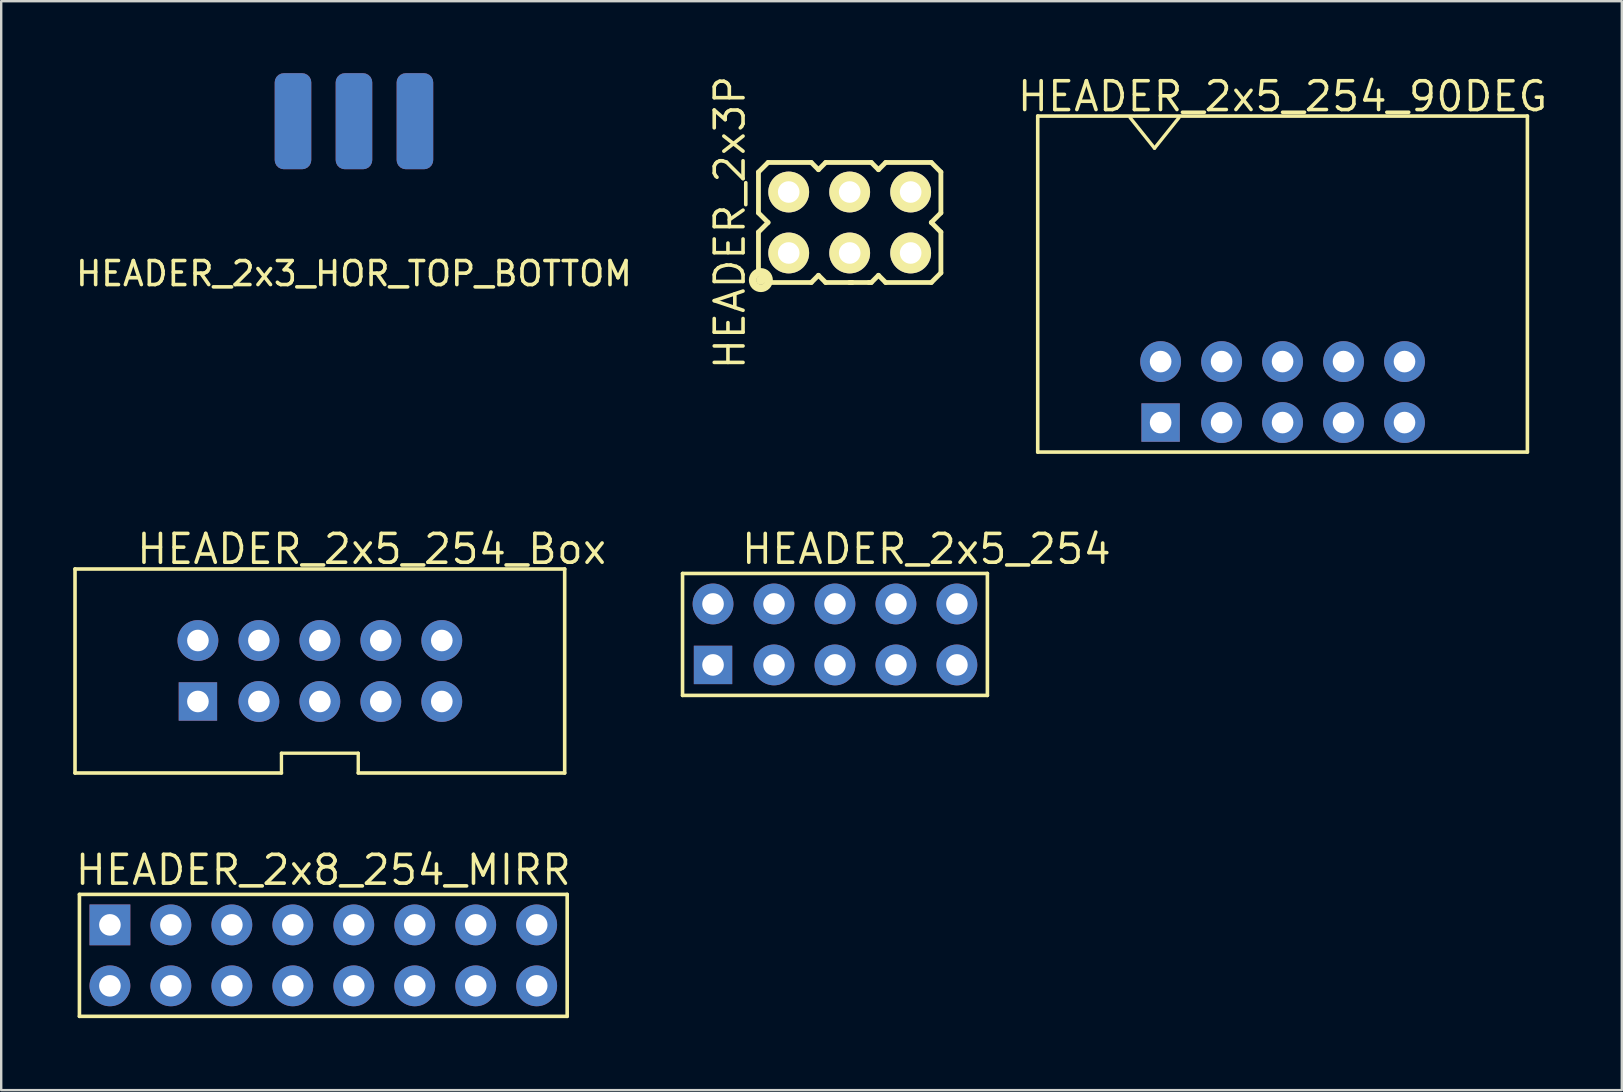
<source format=kicad_pcb>
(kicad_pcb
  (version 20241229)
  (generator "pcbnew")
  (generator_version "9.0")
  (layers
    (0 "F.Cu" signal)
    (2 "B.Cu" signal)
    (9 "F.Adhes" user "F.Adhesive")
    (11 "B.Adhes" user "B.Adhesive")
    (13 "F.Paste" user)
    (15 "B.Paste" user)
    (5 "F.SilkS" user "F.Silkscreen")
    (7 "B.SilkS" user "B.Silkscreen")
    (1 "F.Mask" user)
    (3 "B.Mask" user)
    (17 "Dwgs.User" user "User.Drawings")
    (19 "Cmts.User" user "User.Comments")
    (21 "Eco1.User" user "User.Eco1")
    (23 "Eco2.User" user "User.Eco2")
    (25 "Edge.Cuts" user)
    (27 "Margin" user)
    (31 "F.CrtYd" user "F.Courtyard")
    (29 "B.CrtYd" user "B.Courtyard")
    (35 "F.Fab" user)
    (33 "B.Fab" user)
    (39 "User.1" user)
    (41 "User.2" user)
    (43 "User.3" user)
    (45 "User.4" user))
  (footprint "HEADER_2x8_254_MIRR"
    (layer "F.Cu")
    (at 10.419 36.751)
    (property "Reference" "HEADER_2x8_254_MIRR" (at 0 -3.556 180) (layer "F.SilkS") (effects (font (size 1.2 1.2) (thickness 0.15))))
    (attr through_hole)
    (fp_line (start -10.16 -2.54) (end 10.16 -2.54) (stroke (width 0.15) (type solid)) (layer "F.SilkS"))
    (fp_line (start -10.16 2.54) (end -10.16 -2.54) (stroke (width 0.15) (type solid)) (layer "F.SilkS"))
    (fp_line (start -10.16 2.54) (end 10.16 2.54) (stroke (width 0.15) (type solid)) (layer "F.SilkS"))
    (fp_line (start 10.16 2.54) (end 10.16 -2.54) (stroke (width 0.15) (type solid)) (layer "F.SilkS"))
    (pad "1" thru_hole rect (at -8.89 -1.27) (size 1.7 1.7) (drill 0.9) (layers "*.Cu" "*.Mask"))
    (pad "2" thru_hole circle (at -8.89 1.27) (size 1.7 1.7) (drill 0.9) (layers "*.Cu" "*.Mask"))
    (pad "3" thru_hole circle (at -6.35 -1.27) (size 1.7 1.7) (drill 0.9) (layers "*.Cu" "*.Mask"))
    (pad "4" thru_hole circle (at -6.35 1.27) (size 1.7 1.7) (drill 0.9) (layers "*.Cu" "*.Mask"))
    (pad "5" thru_hole circle (at -3.81 -1.27) (size 1.7 1.7) (drill 0.9) (layers "*.Cu" "*.Mask"))
    (pad "6" thru_hole circle (at -3.81 1.27) (size 1.7 1.7) (drill 0.9) (layers "*.Cu" "*.Mask"))
    (pad "7" thru_hole circle (at -1.27 -1.27) (size 1.7 1.7) (drill 0.9) (layers "*.Cu" "*.Mask"))
    (pad "8" thru_hole circle (at -1.27 1.27) (size 1.7 1.7) (drill 0.9) (layers "*.Cu" "*.Mask"))
    (pad "9" thru_hole circle (at 1.27 -1.27) (size 1.7 1.7) (drill 0.9) (layers "*.Cu" "*.Mask"))
    (pad "10" thru_hole circle (at 1.27 1.27) (size 1.7 1.7) (drill 0.9) (layers "*.Cu" "*.Mask"))
    (pad "11" thru_hole circle (at 3.81 -1.27) (size 1.7 1.7) (drill 0.9) (layers "*.Cu" "*.Mask"))
    (pad "12" thru_hole circle (at 3.81 1.27) (size 1.7 1.7) (drill 0.9) (layers "*.Cu" "*.Mask"))
    (pad "13" thru_hole circle (at 6.35 -1.27) (size 1.7 1.7) (drill 0.9) (layers "*.Cu" "*.Mask"))
    (pad "14" thru_hole circle (at 6.35 1.27) (size 1.7 1.7) (drill 0.9) (layers "*.Cu" "*.Mask"))
    (pad "15" thru_hole circle (at 8.89 -1.27) (size 1.7 1.7) (drill 0.9) (layers "*.Cu" "*.Mask"))
    (pad "16" thru_hole circle (at 8.89 1.27) (size 1.7 1.7) (drill 0.9) (layers "*.Cu" "*.Mask")))
  (footprint "HEADER_2x5_254_90DEG"
    (layer "F.Cu")
    (at 50.382 13.284)
    (property "Reference" "HEADER_2x5_254_90DEG" (at 0 -12.319 180) (layer "F.SilkS") (effects (font (size 1.2 1.2) (thickness 0.15))))
    (attr through_hole)
    (fp_line (start -10.2 -11.5) (end -10.2 2.5) (stroke (width 0.15) (type solid)) (layer "F.SilkS"))
    (fp_line (start -10.2 -11.5) (end 10.2 -11.5) (stroke (width 0.15) (type solid)) (layer "F.SilkS"))
    (fp_line (start -10.2 2.5) (end 10.2 2.5) (stroke (width 0.15) (type solid)) (layer "F.SilkS"))
    (fp_line (start -6.35 -11.43) (end -5.334 -10.16) (stroke (width 0.14) (type solid)) (layer "F.SilkS"))
    (fp_line (start -5.334 -10.16) (end -4.318 -11.43) (stroke (width 0.14) (type solid)) (layer "F.SilkS"))
    (fp_line (start 10.2 -11.5) (end 10.2 2.5) (stroke (width 0.15) (type solid)) (layer "F.SilkS"))
    (pad "1" thru_hole rect (at -5.08 1.27) (size 1.6 1.6) (drill 0.9) (layers "*.Cu" "*.Mask"))
    (pad "2" thru_hole circle (at -5.08 -1.27) (size 1.7 1.7) (drill 0.9) (layers "*.Cu" "*.Mask"))
    (pad "3" thru_hole circle (at -2.54 1.27) (size 1.7 1.7) (drill 0.9) (layers "*.Cu" "*.Mask"))
    (pad "4" thru_hole circle (at -2.54 -1.27) (size 1.7 1.7) (drill 0.9) (layers "*.Cu" "*.Mask"))
    (pad "5" thru_hole circle (at 0 1.27) (size 1.7 1.7) (drill 0.9) (layers "*.Cu" "*.Mask"))
    (pad "6" thru_hole circle (at 0 -1.27) (size 1.7 1.7) (drill 0.9) (layers "*.Cu" "*.Mask"))
    (pad "7" thru_hole circle (at 2.54 1.27) (size 1.7 1.7) (drill 0.9) (layers "*.Cu" "*.Mask"))
    (pad "8" thru_hole circle (at 2.54 -1.27) (size 1.7 1.7) (drill 0.9) (layers "*.Cu" "*.Mask"))
    (pad "9" thru_hole circle (at 5.08 1.27) (size 1.7 1.7) (drill 0.9) (layers "*.Cu" "*.Mask"))
    (pad "10" thru_hole circle (at 5.08 -1.27) (size 1.7 1.7) (drill 0.9) (layers "*.Cu" "*.Mask")))
  (footprint "HEADER_2x5_254_Box"
    (layer "F.Cu")
    (at 10.275 24.904)
    (property "Reference" "HEADER_2x5_254_Box" (at 2.159 -5.08 180) (layer "F.SilkS") (effects (font (size 1.2 1.2) (thickness 0.15))))
    (attr through_hole)
    (fp_line (start -10.2 -4.25) (end 10.2 -4.25) (stroke (width 0.15) (type solid)) (layer "F.SilkS"))
    (fp_line (start -10.2 4.25) (end -10.2 -4.25) (stroke (width 0.15) (type solid)) (layer "F.SilkS"))
    (fp_line (start -10.2 4.25) (end -1.6 4.25) (stroke (width 0.15) (type solid)) (layer "F.SilkS"))
    (fp_line (start -1.6 3.425) (end 1.6 3.425) (stroke (width 0.14) (type solid)) (layer "F.SilkS"))
    (fp_line (start -1.6 4.25) (end -1.6 3.425) (stroke (width 0.14) (type solid)) (layer "F.SilkS"))
    (fp_line (start 1.6 3.425) (end 1.6 4.25) (stroke (width 0.14) (type solid)) (layer "F.SilkS"))
    (fp_line (start 1.6 4.25) (end 10.2 4.25) (stroke (width 0.15) (type solid)) (layer "F.SilkS"))
    (fp_line (start 10.2 4.25) (end 10.2 -4.25) (stroke (width 0.15) (type solid)) (layer "F.SilkS"))
    (pad "1" thru_hole rect (at -5.08 1.27) (size 1.6 1.6) (drill 0.9) (layers "*.Cu" "*.Mask"))
    (pad "2" thru_hole circle (at -5.08 -1.27) (size 1.7 1.7) (drill 0.9) (layers "*.Cu" "*.Mask"))
    (pad "3" thru_hole circle (at -2.54 1.27) (size 1.7 1.7) (drill 0.9) (layers "*.Cu" "*.Mask"))
    (pad "4" thru_hole circle (at -2.54 -1.27) (size 1.7 1.7) (drill 0.9) (layers "*.Cu" "*.Mask"))
    (pad "5" thru_hole circle (at 0 1.27) (size 1.7 1.7) (drill 0.9) (layers "*.Cu" "*.Mask"))
    (pad "6" thru_hole circle (at 0 -1.27) (size 1.7 1.7) (drill 0.9) (layers "*.Cu" "*.Mask"))
    (pad "7" thru_hole circle (at 2.54 1.27) (size 1.7 1.7) (drill 0.9) (layers "*.Cu" "*.Mask"))
    (pad "8" thru_hole circle (at 2.54 -1.27) (size 1.7 1.7) (drill 0.9) (layers "*.Cu" "*.Mask"))
    (pad "9" thru_hole circle (at 5.08 1.27) (size 1.7 1.7) (drill 0.9) (layers "*.Cu" "*.Mask"))
    (pad "10" thru_hole circle (at 5.08 -1.27) (size 1.7 1.7) (drill 0.9) (layers "*.Cu" "*.Mask")))
  (footprint "HEADER_2x5_254"
    (layer "F.Cu")
    (at 31.735 23.381)
    (property "Reference" "HEADER_2x5_254" (at 3.81 -3.556 180) (layer "F.SilkS") (effects (font (size 1.2 1.2) (thickness 0.15))))
    (attr through_hole)
    (fp_line (start -6.35 -2.54) (end 6.35 -2.54) (stroke (width 0.15) (type solid)) (layer "F.SilkS"))
    (fp_line (start -6.35 2.54) (end -6.35 -2.54) (stroke (width 0.15) (type solid)) (layer "F.SilkS"))
    (fp_line (start -6.35 2.54) (end 6.35 2.54) (stroke (width 0.15) (type solid)) (layer "F.SilkS"))
    (fp_line (start 6.35 2.54) (end 6.35 -2.54) (stroke (width 0.15) (type solid)) (layer "F.SilkS"))
    (pad "1" thru_hole rect (at -5.08 1.27) (size 1.6 1.6) (drill 0.9) (layers "*.Cu" "*.Mask"))
    (pad "2" thru_hole circle (at -5.08 -1.27) (size 1.7 1.7) (drill 0.9) (layers "*.Cu" "*.Mask"))
    (pad "3" thru_hole circle (at -2.54 1.27) (size 1.7 1.7) (drill 0.9) (layers "*.Cu" "*.Mask"))
    (pad "4" thru_hole circle (at -2.54 -1.27) (size 1.7 1.7) (drill 0.9) (layers "*.Cu" "*.Mask"))
    (pad "5" thru_hole circle (at 0 1.27) (size 1.7 1.7) (drill 0.9) (layers "*.Cu" "*.Mask"))
    (pad "6" thru_hole circle (at 0 -1.27) (size 1.7 1.7) (drill 0.9) (layers "*.Cu" "*.Mask"))
    (pad "7" thru_hole circle (at 2.54 1.27) (size 1.7 1.7) (drill 0.9) (layers "*.Cu" "*.Mask"))
    (pad "8" thru_hole circle (at 2.54 -1.27) (size 1.7 1.7) (drill 0.9) (layers "*.Cu" "*.Mask"))
    (pad "9" thru_hole circle (at 5.08 1.27) (size 1.7 1.7) (drill 0.9) (layers "*.Cu" "*.Mask"))
    (pad "10" thru_hole circle (at 5.08 -1.27) (size 1.7 1.7) (drill 0.9) (layers "*.Cu" "*.Mask")))
  (footprint "HEADER_2x3_HOR_TOP_BOTTOM"
    (layer "F.Cu")
    (at 11.696 2)
    (property "Reference" "HEADER_2x3_HOR_TOP_BOTTOM" (at 0 6.35 0) (layer "F.SilkS") (effects (font (size 1 1) (thickness 0.15))))
    (attr through_hole)
    (pad "1" smd roundrect (at -2.54 0) (size 1.524 4) (layers "F.Cu" "F.Mask" "F.Paste") (roundrect_rratio 0.25))
    (pad "2" smd roundrect (at -2.54 0) (size 1.524 4) (layers "B.Cu" "B.Mask" "B.Paste") (roundrect_rratio 0.25))
    (pad "3" smd roundrect (at 0 0) (size 1.524 4) (layers "F.Cu" "F.Mask" "F.Paste") (roundrect_rratio 0.25))
    (pad "4" smd roundrect (at 0 0) (size 1.524 4) (layers "B.Cu" "B.Mask" "B.Paste") (roundrect_rratio 0.25))
    (pad "5" smd roundrect (at 2.54 0) (size 1.524 4) (layers "F.Cu" "F.Mask" "F.Paste") (roundrect_rratio 0.25))
    (pad "6" smd roundrect (at 2.54 0) (size 1.524 4) (layers "B.Cu" "B.Mask" "B.Paste") (roundrect_rratio 0.25)))
  (footprint "HEADER_2x3P"
    (layer "F.Cu")
    (at 32.348 6.219)
    (property "Reference" "HEADER_2x3P" (at -4.99 0 90) (layer "F.SilkS") (effects (font (size 1.2 1.2) (thickness 0.15))))
    (attr through_hole)
    (fp_line (start -3.8 -2.1) (end -3.8 -0.4) (stroke (width 0.2) (type solid)) (layer "F.SilkS"))
    (fp_line (start -3.8 -0.4) (end -3.4 0) (stroke (width 0.2) (type solid)) (layer "F.SilkS"))
    (fp_line (start -3.8 0.4) (end -3.8 2.1) (stroke (width 0.2) (type solid)) (layer "F.SilkS"))
    (fp_line (start -3.8 2.1) (end -3.4 2.5) (stroke (width 0.2) (type solid)) (layer "F.SilkS"))
    (fp_line (start -3.5 2.4) (end -3.4 2.5) (stroke (width 0.2) (type solid)) (layer "F.SilkS"))
    (fp_line (start -3.4 -2.5) (end -3.8 -2.1) (stroke (width 0.2) (type solid)) (layer "F.SilkS"))
    (fp_line (start -3.4 0) (end -3.8 0.4) (stroke (width 0.2) (type solid)) (layer "F.SilkS"))
    (fp_line (start -3.4 2.5) (end -1.6 2.5) (stroke (width 0.2) (type solid)) (layer "F.SilkS"))
    (fp_line (start -1.6 -2.5) (end -3.4 -2.5) (stroke (width 0.2) (type solid)) (layer "F.SilkS"))
    (fp_line (start -1.6 2.5) (end -1.3 2.2) (stroke (width 0.2) (type solid)) (layer "F.SilkS"))
    (fp_line (start -1.3 -2.2) (end -1.6 -2.5) (stroke (width 0.2) (type solid)) (layer "F.SilkS"))
    (fp_line (start -1.3 2.2) (end -1 2.5) (stroke (width 0.2) (type solid)) (layer "F.SilkS"))
    (fp_line (start -1 -2.5) (end -1.3 -2.2) (stroke (width 0.2) (type solid)) (layer "F.SilkS"))
    (fp_line (start -1 2.5) (end 0.1 2.5) (stroke (width 0.2) (type solid)) (layer "F.SilkS"))
    (fp_line (start 0 2.5) (end 0.8 2.5) (stroke (width 0.2) (type solid)) (layer "F.SilkS"))
    (fp_line (start 0.1 2.5) (end 0 2.5) (stroke (width 0.2) (type solid)) (layer "F.SilkS"))
    (fp_line (start 0.8 2.5) (end 0.9 2.5) (stroke (width 0.2) (type solid)) (layer "F.SilkS"))
    (fp_line (start 0.9 -2.5) (end -1 -2.5) (stroke (width 0.2) (type solid)) (layer "F.SilkS"))
    (fp_line (start 0.9 2.5) (end 1.2 2.2) (stroke (width 0.2) (type solid)) (layer "F.SilkS"))
    (fp_line (start 1.2 -2.2) (end 0.9 -2.5) (stroke (width 0.2) (type solid)) (layer "F.SilkS"))
    (fp_line (start 1.2 2.2) (end 1.5 2.5) (stroke (width 0.2) (type solid)) (layer "F.SilkS"))
    (fp_line (start 1.5 -2.5) (end 1.2 -2.2) (stroke (width 0.2) (type solid)) (layer "F.SilkS"))
    (fp_line (start 1.5 2.5) (end 3.4 2.5) (stroke (width 0.2) (type solid)) (layer "F.SilkS"))
    (fp_line (start 3.4 -2.5) (end 1.5 -2.5) (stroke (width 0.2) (type solid)) (layer "F.SilkS"))
    (fp_line (start 3.4 0) (end 3.8 -0.4) (stroke (width 0.2) (type solid)) (layer "F.SilkS"))
    (fp_line (start 3.4 2.5) (end 3.8 2.1) (stroke (width 0.2) (type solid)) (layer "F.SilkS"))
    (fp_line (start 3.8 -2.1) (end 3.4 -2.5) (stroke (width 0.2) (type solid)) (layer "F.SilkS"))
    (fp_line (start 3.8 -0.4) (end 3.8 -2.1) (stroke (width 0.2) (type solid)) (layer "F.SilkS"))
    (fp_line (start 3.8 0.4) (end 3.4 0) (stroke (width 0.2) (type solid)) (layer "F.SilkS"))
    (fp_line (start 3.8 2.1) (end 3.8 0.4) (stroke (width 0.2) (type solid)) (layer "F.SilkS"))
    (fp_circle (center -3.7 2.4) (end -3.9 2.6) (stroke (width 0.2) (type solid)) (fill no) (layer "F.SilkS"))
    (fp_circle (center -3.7 2.4) (end -3.7 2.5) (stroke (width 0.2) (type solid)) (fill no) (layer "F.SilkS"))
    (fp_circle (center -3.7 2.4) (end -3.7 2.8) (stroke (width 0.2) (type solid)) (fill no) (layer "F.SilkS"))
    (pad "1" thru_hole circle (at -2.54 1.27) (size 1.7 1.7) (drill 0.9) (layers "*.Cu" "*.Mask" "F.SilkS"))
    (pad "2" thru_hole circle (at -2.54 -1.27) (size 1.7 1.7) (drill 0.9) (layers "*.Cu" "*.Mask" "F.SilkS"))
    (pad "3" thru_hole circle (at 0 1.27) (size 1.7 1.7) (drill 0.9) (layers "*.Cu" "*.Mask" "F.SilkS"))
    (pad "4" thru_hole circle (at 0 -1.27) (size 1.7 1.7) (drill 0.9) (layers "*.Cu" "*.Mask" "F.SilkS"))
    (pad "5" thru_hole circle (at 2.54 1.27) (size 1.7 1.7) (drill 0.9) (layers "*.Cu" "*.Mask" "F.SilkS"))
    (pad "6" thru_hole circle (at 2.54 -1.27) (size 1.7 1.7) (drill 0.9) (layers "*.Cu" "*.Mask" "F.SilkS")))
  (gr_rect
    (start -3 -3)
    (end 64.515 42.366)
    (stroke (width 0.1) (type default))
    (fill no)
    (layer "Edge.Cuts")))
</source>
